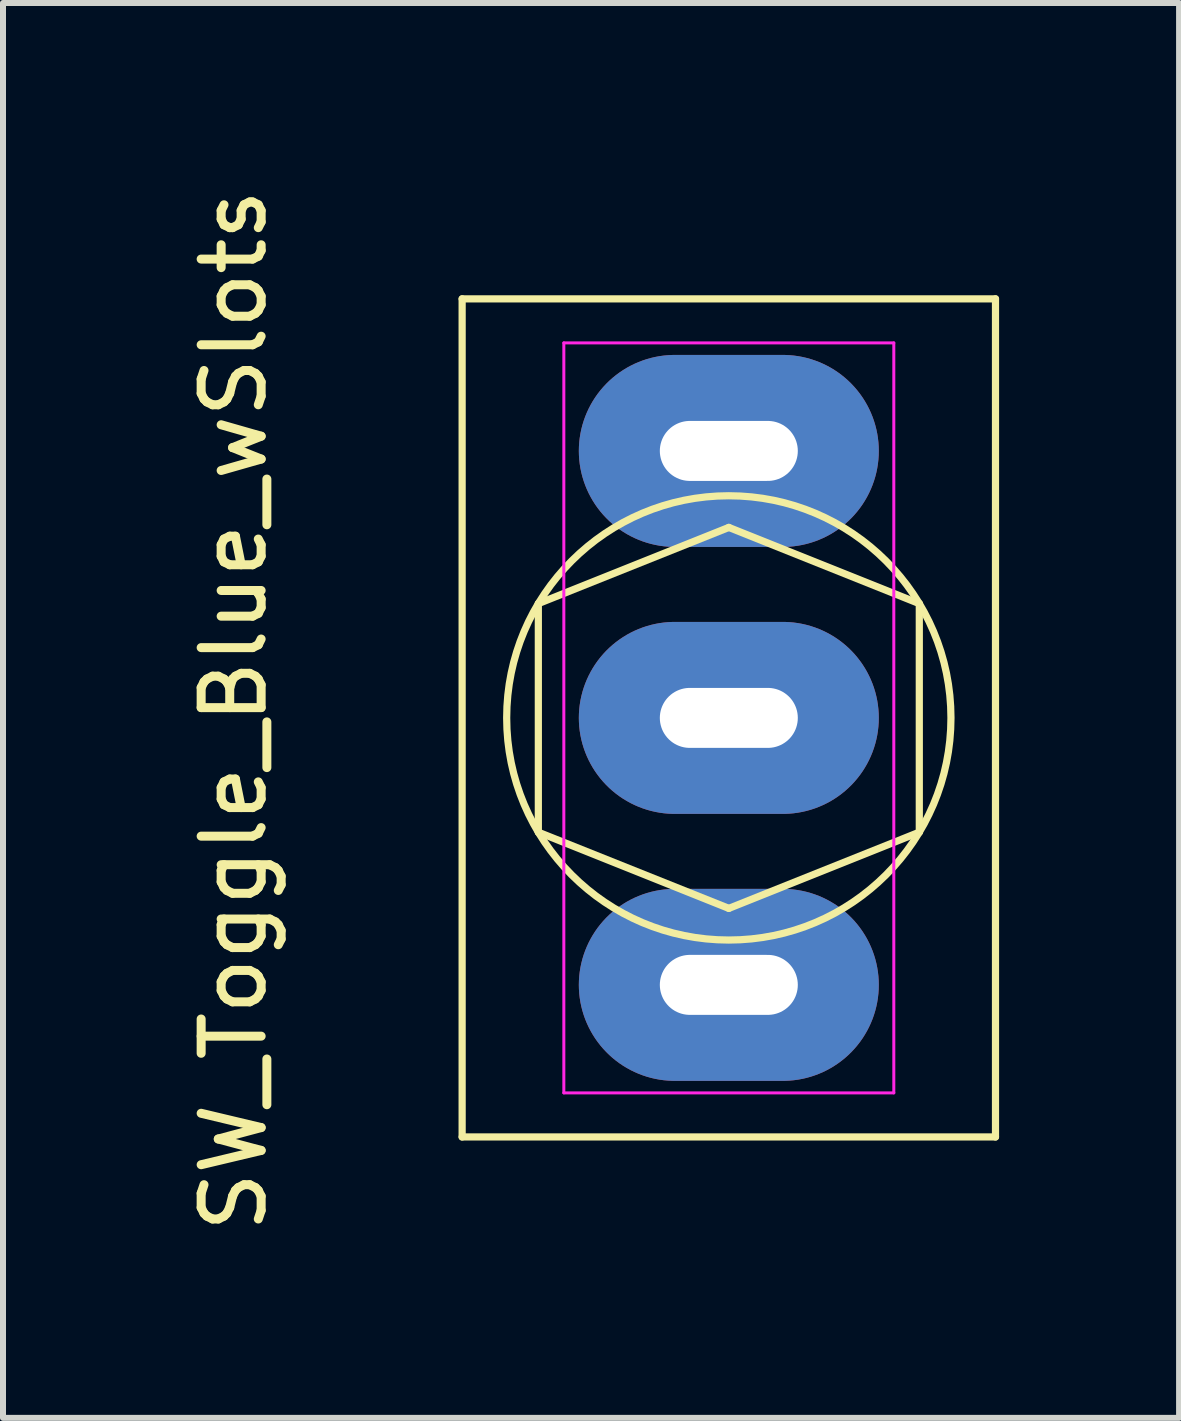
<source format=kicad_pcb>
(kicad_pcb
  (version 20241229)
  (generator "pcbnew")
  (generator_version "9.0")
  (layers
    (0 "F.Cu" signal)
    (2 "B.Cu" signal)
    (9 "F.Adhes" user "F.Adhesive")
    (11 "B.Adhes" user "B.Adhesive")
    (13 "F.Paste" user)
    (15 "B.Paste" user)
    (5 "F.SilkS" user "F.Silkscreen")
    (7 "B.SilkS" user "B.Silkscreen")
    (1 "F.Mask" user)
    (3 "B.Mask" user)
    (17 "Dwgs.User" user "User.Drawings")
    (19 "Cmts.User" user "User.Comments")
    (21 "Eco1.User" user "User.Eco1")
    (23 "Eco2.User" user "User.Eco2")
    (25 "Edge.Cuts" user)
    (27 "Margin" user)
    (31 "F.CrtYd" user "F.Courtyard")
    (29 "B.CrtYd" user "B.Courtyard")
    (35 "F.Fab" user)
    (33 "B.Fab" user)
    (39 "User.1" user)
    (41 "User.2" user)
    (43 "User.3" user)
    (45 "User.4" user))
  (footprint "SW_Toggle_Blue_wSlots"
    (layer "F.Cu")
    (at 9.733 9.551)
    (property "Reference" "SW_Toggle_Blue_wSlots" (at -8.885 -0.759 90) (layer "F.SilkS") (effects (font (size 1 1) (thickness 0.15))))
    (attr through_hole)
    (fp_line (start -5.08 -7.62) (end 3.81 -7.62) (stroke (width 0.12) (type solid)) (layer "F.SilkS"))
    (fp_line (start -5.08 6.35) (end -5.08 -7.62) (stroke (width 0.12) (type solid)) (layer "F.SilkS"))
    (fp_line (start -3.81 -2.54) (end -0.635 -3.81) (stroke (width 0.12) (type solid)) (layer "F.SilkS"))
    (fp_line (start -3.81 1.27) (end -3.81 -2.54) (stroke (width 0.12) (type solid)) (layer "F.SilkS"))
    (fp_line (start -0.635 -3.81) (end 2.54 -2.54) (stroke (width 0.12) (type solid)) (layer "F.SilkS"))
    (fp_line (start -0.635 2.54) (end -3.81 1.27) (stroke (width 0.12) (type solid)) (layer "F.SilkS"))
    (fp_line (start 2.54 -2.54) (end 2.54 1.27) (stroke (width 0.12) (type solid)) (layer "F.SilkS"))
    (fp_line (start 2.54 1.27) (end -0.635 2.54) (stroke (width 0.12) (type solid)) (layer "F.SilkS"))
    (fp_line (start 3.81 -7.62) (end 3.81 6.35) (stroke (width 0.12) (type solid)) (layer "F.SilkS"))
    (fp_line (start 3.81 6.35) (end -5.08 6.35) (stroke (width 0.12) (type solid)) (layer "F.SilkS"))
    (fp_circle (center -0.635 -0.635) (end 2.54 -2.54) (stroke (width 0.12) (type solid)) (fill no) (layer "F.SilkS"))
    (fp_line (start -2.057 -5.512) (end 0.737 -5.537) (stroke (width 0.12) (type solid)) (layer "Eco2.User"))
    (fp_line (start -2.057 -4.648) (end -2.057 -5.512) (stroke (width 0.12) (type solid)) (layer "Eco2.User"))
    (fp_line (start -2.057 -1.067) (end 0.737 -1.067) (stroke (width 0.12) (type solid)) (layer "Eco2.User"))
    (fp_line (start -2.057 -0.178) (end -2.057 -1.067) (stroke (width 0.12) (type solid)) (layer "Eco2.User"))
    (fp_line (start -2.057 3.378) (end 0.737 3.378) (stroke (width 0.12) (type solid)) (layer "Eco2.User"))
    (fp_line (start -2.057 4.267) (end -2.057 3.378) (stroke (width 0.12) (type solid)) (layer "Eco2.User"))
    (fp_line (start 0.737 -5.537) (end 0.737 -4.648) (stroke (width 0.12) (type solid)) (layer "Eco2.User"))
    (fp_line (start 0.737 -4.648) (end -2.057 -4.648) (stroke (width 0.12) (type solid)) (layer "Eco2.User"))
    (fp_line (start 0.737 -1.067) (end 0.737 -0.178) (stroke (width 0.12) (type solid)) (layer "Eco2.User"))
    (fp_line (start 0.737 -0.178) (end -2.057 -0.178) (stroke (width 0.12) (type solid)) (layer "Eco2.User"))
    (fp_line (start 0.737 3.378) (end 0.737 4.267) (stroke (width 0.12) (type solid)) (layer "Eco2.User"))
    (fp_line (start 0.737 4.267) (end -2.057 4.267) (stroke (width 0.12) (type solid)) (layer "Eco2.User"))
    (fp_line (start -3.385 -6.885) (end 2.115 -6.885) (stroke (width 0.05) (type solid)) (layer "F.CrtYd"))
    (fp_line (start -3.385 5.615) (end -3.385 -6.885) (stroke (width 0.05) (type solid)) (layer "F.CrtYd"))
    (fp_line (start 2.115 -6.885) (end 2.115 5.615) (stroke (width 0.05) (type solid)) (layer "F.CrtYd"))
    (fp_line (start 2.115 5.615) (end -3.385 5.615) (stroke (width 0.05) (type solid)) (layer "F.CrtYd"))
    (pad "1" thru_hole oval (at -0.635 3.815 90) (size 3.2 5) (drill oval 1 2.3) (layers "*.Cu"))
    (pad "2" thru_hole oval (at -0.635 -0.635 90) (size 3.2 5) (drill oval 1 2.3) (layers "*.Cu"))
    (pad "3" thru_hole oval (at -0.635 -5.085 90) (size 3.2 5) (drill oval 1 2.3) (layers "*.Cu")))
  (gr_rect
    (start -3 -3)
    (end 16.603 20.583)
    (stroke (width 0.1) (type default))
    (fill no)
    (layer "Edge.Cuts")))
</source>
